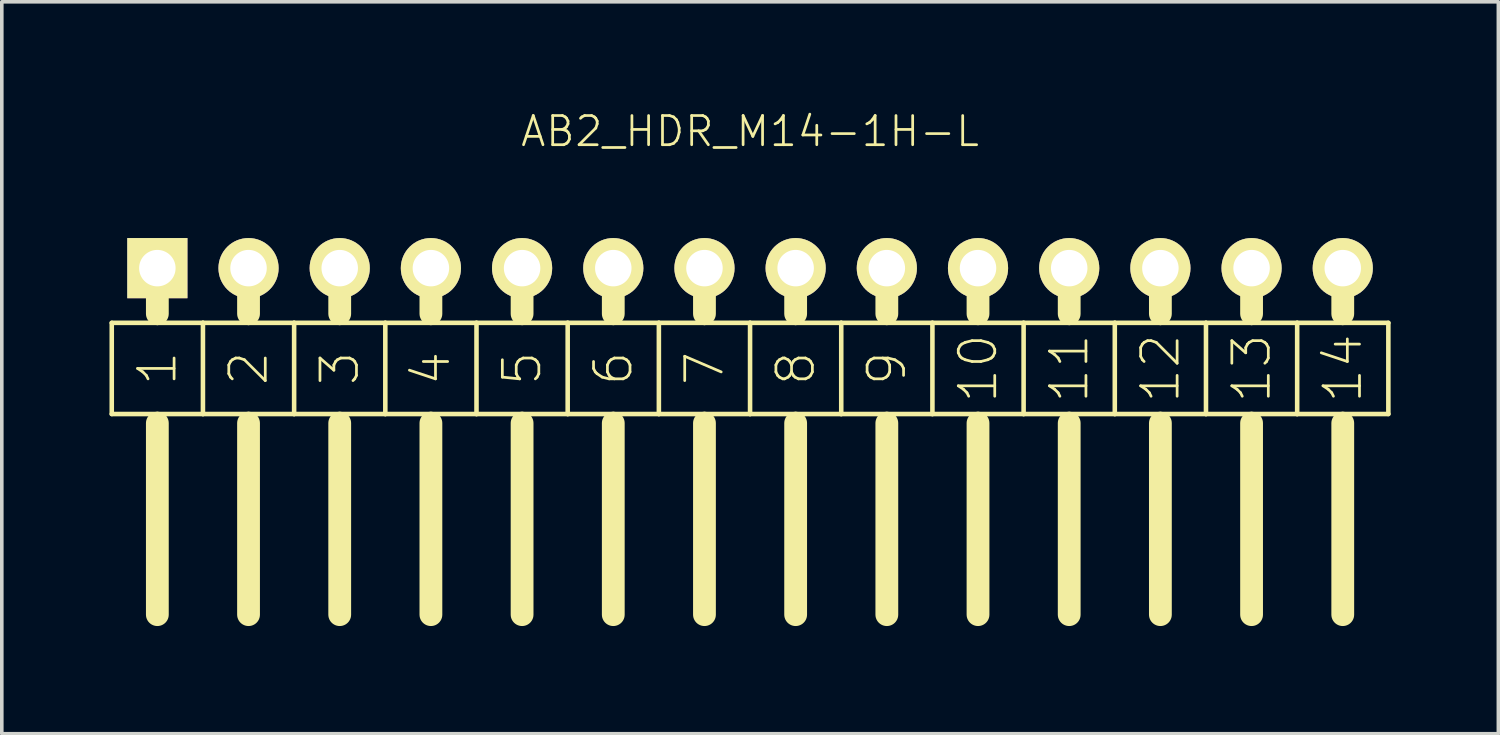
<source format=kicad_pcb>
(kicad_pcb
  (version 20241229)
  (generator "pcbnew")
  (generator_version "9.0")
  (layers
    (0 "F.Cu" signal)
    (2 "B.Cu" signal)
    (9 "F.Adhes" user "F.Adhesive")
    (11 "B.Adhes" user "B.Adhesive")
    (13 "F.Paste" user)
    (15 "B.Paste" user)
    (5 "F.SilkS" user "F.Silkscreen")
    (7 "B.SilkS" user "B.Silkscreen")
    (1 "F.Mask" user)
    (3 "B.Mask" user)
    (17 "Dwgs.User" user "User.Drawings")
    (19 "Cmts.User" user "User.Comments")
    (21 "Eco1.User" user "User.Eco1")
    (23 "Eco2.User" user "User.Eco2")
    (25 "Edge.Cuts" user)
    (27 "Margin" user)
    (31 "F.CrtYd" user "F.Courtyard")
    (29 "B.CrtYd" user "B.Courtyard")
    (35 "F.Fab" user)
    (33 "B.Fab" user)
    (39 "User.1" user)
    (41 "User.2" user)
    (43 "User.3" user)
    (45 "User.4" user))
  (footprint "AB2_HDR_M14-1H-L"
    (layer "F.Cu")
    (at 17.843 4.419)
    (property "Reference" "AB2_HDR_M14-1H-L" (at 0 -3.81 0) (layer "F.SilkS") (effects (font (size 0.813 0.813) (thickness 0.076))))
    (attr through_hole)
    (fp_line (start -17.78 1.524) (end -17.78 4.064) (stroke (width 0.127) (type solid)) (layer "F.SilkS"))
    (fp_line (start -17.78 4.064) (end -16.51 4.064) (stroke (width 0.127) (type solid)) (layer "F.SilkS"))
    (fp_line (start -16.51 0) (end -16.51 1.27) (stroke (width 0.635) (type solid)) (layer "F.SilkS"))
    (fp_line (start -16.51 1.524) (end -17.78 1.524) (stroke (width 0.127) (type solid)) (layer "F.SilkS"))
    (fp_line (start -16.51 4.064) (end -15.24 4.064) (stroke (width 0.127) (type solid)) (layer "F.SilkS"))
    (fp_line (start -16.51 4.318) (end -16.51 9.652) (stroke (width 0.635) (type solid)) (layer "F.SilkS"))
    (fp_line (start -15.24 1.524) (end -16.51 1.524) (stroke (width 0.127) (type solid)) (layer "F.SilkS"))
    (fp_line (start -15.24 4.064) (end -15.24 1.524) (stroke (width 0.127) (type solid)) (layer "F.SilkS"))
    (fp_line (start -15.24 4.064) (end -13.97 4.064) (stroke (width 0.127) (type solid)) (layer "F.SilkS"))
    (fp_line (start -13.97 0) (end -13.97 1.27) (stroke (width 0.635) (type solid)) (layer "F.SilkS"))
    (fp_line (start -13.97 1.524) (end -15.24 1.524) (stroke (width 0.127) (type solid)) (layer "F.SilkS"))
    (fp_line (start -13.97 4.064) (end -12.7 4.064) (stroke (width 0.127) (type solid)) (layer "F.SilkS"))
    (fp_line (start -13.97 4.318) (end -13.97 9.652) (stroke (width 0.635) (type solid)) (layer "F.SilkS"))
    (fp_line (start -12.7 1.524) (end -13.97 1.524) (stroke (width 0.127) (type solid)) (layer "F.SilkS"))
    (fp_line (start -12.7 4.064) (end -12.7 1.524) (stroke (width 0.127) (type solid)) (layer "F.SilkS"))
    (fp_line (start -12.7 4.064) (end -11.43 4.064) (stroke (width 0.127) (type solid)) (layer "F.SilkS"))
    (fp_line (start -11.43 0) (end -11.43 1.27) (stroke (width 0.635) (type solid)) (layer "F.SilkS"))
    (fp_line (start -11.43 1.524) (end -12.7 1.524) (stroke (width 0.127) (type solid)) (layer "F.SilkS"))
    (fp_line (start -11.43 4.064) (end -10.16 4.064) (stroke (width 0.127) (type solid)) (layer "F.SilkS"))
    (fp_line (start -11.43 4.318) (end -11.43 9.652) (stroke (width 0.635) (type solid)) (layer "F.SilkS"))
    (fp_line (start -10.16 1.524) (end -11.43 1.524) (stroke (width 0.127) (type solid)) (layer "F.SilkS"))
    (fp_line (start -10.16 4.064) (end -10.16 1.524) (stroke (width 0.127) (type solid)) (layer "F.SilkS"))
    (fp_line (start -10.16 4.064) (end -8.89 4.064) (stroke (width 0.127) (type solid)) (layer "F.SilkS"))
    (fp_line (start -8.89 0) (end -8.89 1.27) (stroke (width 0.635) (type solid)) (layer "F.SilkS"))
    (fp_line (start -8.89 1.524) (end -10.16 1.524) (stroke (width 0.127) (type solid)) (layer "F.SilkS"))
    (fp_line (start -8.89 4.064) (end -7.62 4.064) (stroke (width 0.127) (type solid)) (layer "F.SilkS"))
    (fp_line (start -8.89 4.318) (end -8.89 9.652) (stroke (width 0.635) (type solid)) (layer "F.SilkS"))
    (fp_line (start -7.62 1.524) (end -8.89 1.524) (stroke (width 0.127) (type solid)) (layer "F.SilkS"))
    (fp_line (start -7.62 4.064) (end -7.62 1.524) (stroke (width 0.127) (type solid)) (layer "F.SilkS"))
    (fp_line (start -7.62 4.064) (end -6.35 4.064) (stroke (width 0.127) (type solid)) (layer "F.SilkS"))
    (fp_line (start -6.35 0) (end -6.35 1.27) (stroke (width 0.635) (type solid)) (layer "F.SilkS"))
    (fp_line (start -6.35 1.524) (end -7.62 1.524) (stroke (width 0.127) (type solid)) (layer "F.SilkS"))
    (fp_line (start -6.35 4.064) (end -5.08 4.064) (stroke (width 0.127) (type solid)) (layer "F.SilkS"))
    (fp_line (start -6.35 4.318) (end -6.35 9.652) (stroke (width 0.635) (type solid)) (layer "F.SilkS"))
    (fp_line (start -5.08 1.524) (end -6.35 1.524) (stroke (width 0.127) (type solid)) (layer "F.SilkS"))
    (fp_line (start -5.08 4.064) (end -5.08 1.524) (stroke (width 0.127) (type solid)) (layer "F.SilkS"))
    (fp_line (start -5.08 4.064) (end -3.81 4.064) (stroke (width 0.127) (type solid)) (layer "F.SilkS"))
    (fp_line (start -3.81 0) (end -3.81 1.27) (stroke (width 0.635) (type solid)) (layer "F.SilkS"))
    (fp_line (start -3.81 1.524) (end -5.08 1.524) (stroke (width 0.127) (type solid)) (layer "F.SilkS"))
    (fp_line (start -3.81 4.064) (end -2.54 4.064) (stroke (width 0.127) (type solid)) (layer "F.SilkS"))
    (fp_line (start -3.81 4.318) (end -3.81 9.652) (stroke (width 0.635) (type solid)) (layer "F.SilkS"))
    (fp_line (start -2.54 1.524) (end -3.81 1.524) (stroke (width 0.127) (type solid)) (layer "F.SilkS"))
    (fp_line (start -2.54 4.064) (end -2.54 1.524) (stroke (width 0.127) (type solid)) (layer "F.SilkS"))
    (fp_line (start -2.54 4.064) (end -1.27 4.064) (stroke (width 0.127) (type solid)) (layer "F.SilkS"))
    (fp_line (start -1.27 0) (end -1.27 1.27) (stroke (width 0.635) (type solid)) (layer "F.SilkS"))
    (fp_line (start -1.27 1.524) (end -2.54 1.524) (stroke (width 0.127) (type solid)) (layer "F.SilkS"))
    (fp_line (start -1.27 4.064) (end 0 4.064) (stroke (width 0.127) (type solid)) (layer "F.SilkS"))
    (fp_line (start -1.27 4.318) (end -1.27 9.652) (stroke (width 0.635) (type solid)) (layer "F.SilkS"))
    (fp_line (start 0 1.524) (end -1.27 1.524) (stroke (width 0.127) (type solid)) (layer "F.SilkS"))
    (fp_line (start 0 4.064) (end 0 1.524) (stroke (width 0.127) (type solid)) (layer "F.SilkS"))
    (fp_line (start 0 4.064) (end 1.27 4.064) (stroke (width 0.127) (type solid)) (layer "F.SilkS"))
    (fp_line (start 1.27 0) (end 1.27 1.27) (stroke (width 0.635) (type solid)) (layer "F.SilkS"))
    (fp_line (start 1.27 1.524) (end 0 1.524) (stroke (width 0.127) (type solid)) (layer "F.SilkS"))
    (fp_line (start 1.27 4.064) (end 2.54 4.064) (stroke (width 0.127) (type solid)) (layer "F.SilkS"))
    (fp_line (start 1.27 4.318) (end 1.27 9.652) (stroke (width 0.635) (type solid)) (layer "F.SilkS"))
    (fp_line (start 2.54 1.524) (end 1.27 1.524) (stroke (width 0.127) (type solid)) (layer "F.SilkS"))
    (fp_line (start 2.54 4.064) (end 2.54 1.524) (stroke (width 0.127) (type solid)) (layer "F.SilkS"))
    (fp_line (start 2.54 4.064) (end 3.81 4.064) (stroke (width 0.127) (type solid)) (layer "F.SilkS"))
    (fp_line (start 3.81 0) (end 3.81 1.27) (stroke (width 0.635) (type solid)) (layer "F.SilkS"))
    (fp_line (start 3.81 1.524) (end 2.54 1.524) (stroke (width 0.127) (type solid)) (layer "F.SilkS"))
    (fp_line (start 3.81 4.064) (end 5.08 4.064) (stroke (width 0.127) (type solid)) (layer "F.SilkS"))
    (fp_line (start 3.81 4.318) (end 3.81 9.652) (stroke (width 0.635) (type solid)) (layer "F.SilkS"))
    (fp_line (start 5.08 1.524) (end 3.81 1.524) (stroke (width 0.127) (type solid)) (layer "F.SilkS"))
    (fp_line (start 5.08 4.064) (end 5.08 1.524) (stroke (width 0.127) (type solid)) (layer "F.SilkS"))
    (fp_line (start 5.08 4.064) (end 6.35 4.064) (stroke (width 0.127) (type solid)) (layer "F.SilkS"))
    (fp_line (start 6.35 0) (end 6.35 1.27) (stroke (width 0.635) (type solid)) (layer "F.SilkS"))
    (fp_line (start 6.35 1.524) (end 5.08 1.524) (stroke (width 0.127) (type solid)) (layer "F.SilkS"))
    (fp_line (start 6.35 4.064) (end 7.62 4.064) (stroke (width 0.127) (type solid)) (layer "F.SilkS"))
    (fp_line (start 6.35 4.318) (end 6.35 9.652) (stroke (width 0.635) (type solid)) (layer "F.SilkS"))
    (fp_line (start 7.62 1.524) (end 6.35 1.524) (stroke (width 0.127) (type solid)) (layer "F.SilkS"))
    (fp_line (start 7.62 4.064) (end 7.62 1.524) (stroke (width 0.127) (type solid)) (layer "F.SilkS"))
    (fp_line (start 7.62 4.064) (end 8.89 4.064) (stroke (width 0.127) (type solid)) (layer "F.SilkS"))
    (fp_line (start 8.89 0) (end 8.89 1.27) (stroke (width 0.635) (type solid)) (layer "F.SilkS"))
    (fp_line (start 8.89 1.524) (end 7.62 1.524) (stroke (width 0.127) (type solid)) (layer "F.SilkS"))
    (fp_line (start 8.89 4.064) (end 10.16 4.064) (stroke (width 0.127) (type solid)) (layer "F.SilkS"))
    (fp_line (start 8.89 4.318) (end 8.89 9.652) (stroke (width 0.635) (type solid)) (layer "F.SilkS"))
    (fp_line (start 10.16 1.524) (end 8.89 1.524) (stroke (width 0.127) (type solid)) (layer "F.SilkS"))
    (fp_line (start 10.16 4.064) (end 10.16 1.524) (stroke (width 0.127) (type solid)) (layer "F.SilkS"))
    (fp_line (start 10.16 4.064) (end 11.43 4.064) (stroke (width 0.127) (type solid)) (layer "F.SilkS"))
    (fp_line (start 11.43 0) (end 11.43 1.27) (stroke (width 0.635) (type solid)) (layer "F.SilkS"))
    (fp_line (start 11.43 1.524) (end 10.16 1.524) (stroke (width 0.127) (type solid)) (layer "F.SilkS"))
    (fp_line (start 11.43 4.064) (end 12.7 4.064) (stroke (width 0.127) (type solid)) (layer "F.SilkS"))
    (fp_line (start 11.43 4.318) (end 11.43 9.652) (stroke (width 0.635) (type solid)) (layer "F.SilkS"))
    (fp_line (start 12.7 1.524) (end 11.43 1.524) (stroke (width 0.127) (type solid)) (layer "F.SilkS"))
    (fp_line (start 12.7 4.064) (end 12.7 1.524) (stroke (width 0.127) (type solid)) (layer "F.SilkS"))
    (fp_line (start 12.7 4.064) (end 13.97 4.064) (stroke (width 0.127) (type solid)) (layer "F.SilkS"))
    (fp_line (start 13.97 0) (end 13.97 1.27) (stroke (width 0.635) (type solid)) (layer "F.SilkS"))
    (fp_line (start 13.97 1.524) (end 12.7 1.524) (stroke (width 0.127) (type solid)) (layer "F.SilkS"))
    (fp_line (start 13.97 4.064) (end 15.24 4.064) (stroke (width 0.127) (type solid)) (layer "F.SilkS"))
    (fp_line (start 13.97 4.318) (end 13.97 9.652) (stroke (width 0.635) (type solid)) (layer "F.SilkS"))
    (fp_line (start 15.24 1.524) (end 13.97 1.524) (stroke (width 0.127) (type solid)) (layer "F.SilkS"))
    (fp_line (start 15.24 4.064) (end 15.24 1.524) (stroke (width 0.127) (type solid)) (layer "F.SilkS"))
    (fp_line (start 15.24 4.064) (end 16.51 4.064) (stroke (width 0.127) (type solid)) (layer "F.SilkS"))
    (fp_line (start 16.51 0) (end 16.51 1.27) (stroke (width 0.635) (type solid)) (layer "F.SilkS"))
    (fp_line (start 16.51 1.524) (end 15.24 1.524) (stroke (width 0.127) (type solid)) (layer "F.SilkS"))
    (fp_line (start 16.51 4.064) (end 17.78 4.064) (stroke (width 0.127) (type solid)) (layer "F.SilkS"))
    (fp_line (start 16.51 4.318) (end 16.51 9.652) (stroke (width 0.635) (type solid)) (layer "F.SilkS"))
    (fp_line (start 17.78 1.524) (end 16.51 1.524) (stroke (width 0.127) (type solid)) (layer "F.SilkS"))
    (fp_line (start 17.78 4.064) (end 17.78 1.524) (stroke (width 0.127) (type solid)) (layer "F.SilkS"))
    (fp_text user "8" (at 1.27 2.794 90) (layer "F.SilkS") (effects (font (size 1.016 1.016) (thickness 0.076))))
    (fp_text user "14" (at 16.51 2.794 90) (layer "F.SilkS") (effects (font (size 1.016 1.016) (thickness 0.076))))
    (fp_text user "3" (at -11.43 2.794 90) (layer "F.SilkS") (effects (font (size 1.016 1.016) (thickness 0.076))))
    (fp_text user "1" (at -16.51 2.794 90) (layer "F.SilkS") (effects (font (size 1.016 1.016) (thickness 0.076))))
    (fp_text user "4" (at -8.89 2.794 90) (layer "F.SilkS") (effects (font (size 1.016 1.016) (thickness 0.076))))
    (fp_text user "11" (at 8.89 2.794 90) (layer "F.SilkS") (effects (font (size 1.016 1.016) (thickness 0.076))))
    (fp_text user "2" (at -13.97 2.794 90) (layer "F.SilkS") (effects (font (size 1.016 1.016) (thickness 0.076))))
    (fp_text user "10" (at 6.35 2.794 90) (layer "F.SilkS") (effects (font (size 1.016 1.016) (thickness 0.076))))
    (fp_text user "9" (at 3.81 2.794 90) (layer "F.SilkS") (effects (font (size 1.016 1.016) (thickness 0.076))))
    (fp_text user "7" (at -1.27 2.794 90) (layer "F.SilkS") (effects (font (size 1.016 1.016) (thickness 0.076))))
    (fp_text user "13" (at 13.97 2.794 90) (layer "F.SilkS") (effects (font (size 1.016 1.016) (thickness 0.076))))
    (fp_text user "5" (at -6.35 2.794 90) (layer "F.SilkS") (effects (font (size 1.016 1.016) (thickness 0.076))))
    (fp_text user "12" (at 11.43 2.794 90) (layer "F.SilkS") (effects (font (size 1.016 1.016) (thickness 0.076))))
    (fp_text user "6" (at -3.81 2.794 90) (layer "F.SilkS") (effects (font (size 1.016 1.016) (thickness 0.076))))
    (pad "1" thru_hole rect (at -16.51 0) (size 1.676 1.676) (drill 1.016) (layers "*.Cu" "*.Mask" "F.SilkS"))
    (pad "2" thru_hole circle (at -13.97 0) (size 1.676 1.676) (drill 1.016) (layers "*.Cu" "*.Mask" "F.SilkS"))
    (pad "3" thru_hole circle (at -11.43 0) (size 1.676 1.676) (drill 1.016) (layers "*.Cu" "*.Mask" "F.SilkS"))
    (pad "4" thru_hole circle (at -8.89 0) (size 1.676 1.676) (drill 1.016) (layers "*.Cu" "*.Mask" "F.SilkS"))
    (pad "5" thru_hole circle (at -6.35 0) (size 1.676 1.676) (drill 1.016) (layers "*.Cu" "*.Mask" "F.SilkS"))
    (pad "6" thru_hole circle (at -3.81 0) (size 1.676 1.676) (drill 1.016) (layers "*.Cu" "*.Mask" "F.SilkS"))
    (pad "7" thru_hole circle (at -1.27 0) (size 1.676 1.676) (drill 1.016) (layers "*.Cu" "*.Mask" "F.SilkS"))
    (pad "8" thru_hole circle (at 1.27 0) (size 1.676 1.676) (drill 1.016) (layers "*.Cu" "*.Mask" "F.SilkS"))
    (pad "9" thru_hole circle (at 3.81 0) (size 1.676 1.676) (drill 1.016) (layers "*.Cu" "*.Mask" "F.SilkS"))
    (pad "10" thru_hole circle (at 6.35 0) (size 1.676 1.676) (drill 1.016) (layers "*.Cu" "*.Mask" "F.SilkS"))
    (pad "11" thru_hole circle (at 8.89 0) (size 1.676 1.676) (drill 1.016) (layers "*.Cu" "*.Mask" "F.SilkS"))
    (pad "12" thru_hole circle (at 11.43 0) (size 1.676 1.676) (drill 1.016) (layers "*.Cu" "*.Mask" "F.SilkS"))
    (pad "13" thru_hole circle (at 13.97 0) (size 1.676 1.676) (drill 1.016) (layers "*.Cu" "*.Mask" "F.SilkS"))
    (pad "14" thru_hole circle (at 16.51 0) (size 1.676 1.676) (drill 1.016) (layers "*.Cu" "*.Mask" "F.SilkS")))
  (gr_rect
    (start -3 -3)
    (end 38.687 17.389)
    (stroke (width 0.1) (type default))
    (fill no)
    (layer "Edge.Cuts")))
</source>
